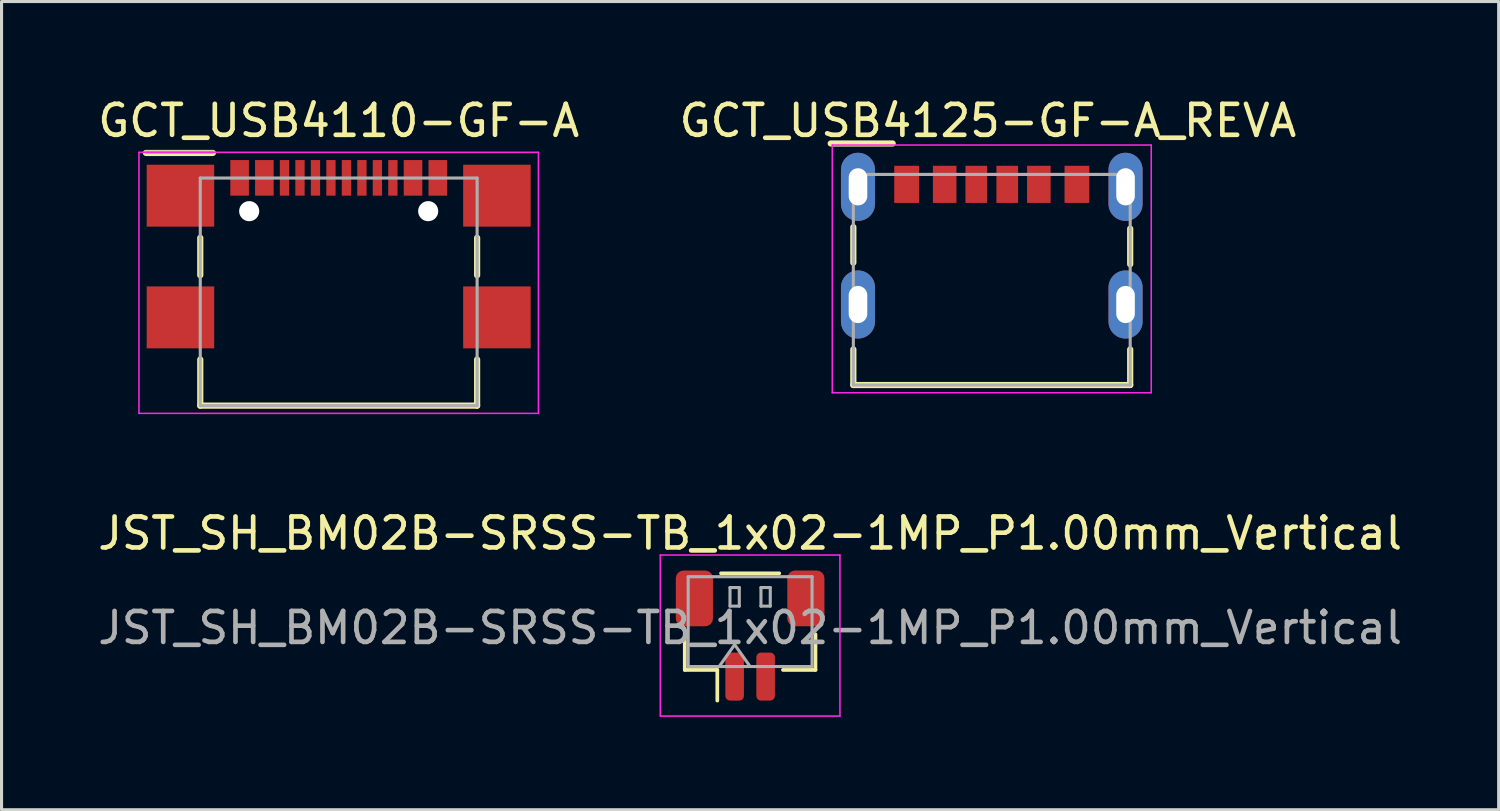
<source format=kicad_pcb>
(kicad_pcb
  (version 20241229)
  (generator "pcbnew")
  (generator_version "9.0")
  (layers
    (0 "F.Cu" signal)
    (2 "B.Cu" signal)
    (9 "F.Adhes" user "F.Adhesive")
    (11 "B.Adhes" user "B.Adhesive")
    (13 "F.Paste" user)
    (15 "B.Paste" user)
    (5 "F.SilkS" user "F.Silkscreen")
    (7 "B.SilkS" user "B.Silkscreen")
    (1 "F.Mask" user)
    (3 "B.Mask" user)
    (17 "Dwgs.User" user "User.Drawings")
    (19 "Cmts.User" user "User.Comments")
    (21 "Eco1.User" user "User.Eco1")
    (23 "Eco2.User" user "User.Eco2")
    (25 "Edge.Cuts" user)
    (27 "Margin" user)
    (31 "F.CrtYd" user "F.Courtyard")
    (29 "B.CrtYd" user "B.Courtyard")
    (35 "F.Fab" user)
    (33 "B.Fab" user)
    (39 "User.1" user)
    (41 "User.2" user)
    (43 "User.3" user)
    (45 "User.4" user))
  (footprint "GCT_USB4110-GF-A"
    (layer "F.Cu")
    (at 7.887 6.209)
    (property "Reference" "GCT_USB4110-GF-A" (at 0 -5.361 0) (layer "F.SilkS") (effects (font (size 1 1) (thickness 0.15))))
    (attr smd)
    (fp_line (start -6.223 -4.32) (end -4.064 -4.32) (stroke (width 0.2) (type solid)) (layer "F.SilkS"))
    (fp_line (start -4.47 -1.58) (end -4.47 -0.37) (stroke (width 0.2) (type solid)) (layer "F.SilkS"))
    (fp_line (start -4.47 2.35) (end -4.47 3.84) (stroke (width 0.2) (type solid)) (layer "F.SilkS"))
    (fp_line (start -4.47 3.84) (end 4.47 3.84) (stroke (width 0.2) (type solid)) (layer "F.SilkS"))
    (fp_line (start 4.47 -1.58) (end 4.47 -0.37) (stroke (width 0.2) (type solid)) (layer "F.SilkS"))
    (fp_line (start 4.47 3.84) (end 4.47 2.35) (stroke (width 0.2) (type solid)) (layer "F.SilkS"))
    (fp_line (start -6.45 -4.34) (end 6.45 -4.34) (stroke (width 0.05) (type solid)) (layer "F.CrtYd"))
    (fp_line (start -6.45 4.09) (end -6.45 -4.34) (stroke (width 0.05) (type solid)) (layer "F.CrtYd"))
    (fp_line (start 6.45 -4.34) (end 6.45 4.09) (stroke (width 0.05) (type solid)) (layer "F.CrtYd"))
    (fp_line (start 6.45 4.09) (end -6.45 4.09) (stroke (width 0.05) (type solid)) (layer "F.CrtYd"))
    (fp_line (start -6.223 -4.345) (end -4.064 -4.345) (stroke (width 0.1) (type solid)) (layer "F.Fab"))
    (fp_line (start -4.47 -3.51) (end -4.47 3.84) (stroke (width 0.1) (type solid)) (layer "F.Fab"))
    (fp_line (start -4.47 3.84) (end 4.47 3.84) (stroke (width 0.1) (type solid)) (layer "F.Fab"))
    (fp_line (start 4.47 -3.51) (end -4.47 -3.51) (stroke (width 0.1) (type solid)) (layer "F.Fab"))
    (fp_line (start 4.47 3.84) (end 4.47 -3.51) (stroke (width 0.1) (type solid)) (layer "F.Fab"))
    (pad "" np_thru_hole circle (at -2.89 -2.44) (size 0.65 0.65) (drill 0.65) (layers "*.Cu" "*.Mask"))
    (pad "" np_thru_hole circle (at 2.89 -2.44) (size 0.65 0.65) (drill 0.65) (layers "*.Cu" "*.Mask"))
    (pad "A1/B12" smd rect (at -3.2 -3.515) (size 0.6 1.15) (layers "F.Cu" "F.Mask" "F.Paste"))
    (pad "A4/B9" smd rect (at -2.4 -3.515) (size 0.6 1.15) (layers "F.Cu" "F.Mask" "F.Paste"))
    (pad "A5" smd rect (at -1.25 -3.515) (size 0.3 1.15) (layers "F.Cu" "F.Mask" "F.Paste"))
    (pad "A6" smd rect (at -0.25 -3.515) (size 0.3 1.15) (layers "F.Cu" "F.Mask" "F.Paste"))
    (pad "A7" smd rect (at 0.25 -3.515) (size 0.3 1.15) (layers "F.Cu" "F.Mask" "F.Paste"))
    (pad "A8" smd rect (at 1.25 -3.515) (size 0.3 1.15) (layers "F.Cu" "F.Mask" "F.Paste"))
    (pad "B1/A12" smd rect (at 3.2 -3.515) (size 0.6 1.15) (layers "F.Cu" "F.Mask" "F.Paste"))
    (pad "B4/A9" smd rect (at 2.4 -3.515) (size 0.6 1.15) (layers "F.Cu" "F.Mask" "F.Paste"))
    (pad "B5" smd rect (at 1.75 -3.515) (size 0.3 1.15) (layers "F.Cu" "F.Mask" "F.Paste"))
    (pad "B6" smd rect (at 0.75 -3.515) (size 0.3 1.15) (layers "F.Cu" "F.Mask" "F.Paste"))
    (pad "B7" smd rect (at -0.75 -3.515) (size 0.3 1.15) (layers "F.Cu" "F.Mask" "F.Paste"))
    (pad "B8" smd rect (at -1.75 -3.515) (size 0.3 1.15) (layers "F.Cu" "F.Mask" "F.Paste"))
    (pad "S1" smd rect (at -5.11 -2.94) (size 2.18 2) (layers "F.Cu" "F.Mask" "F.Paste"))
    (pad "S2" smd rect (at 5.11 -2.94) (size 2.18 2) (layers "F.Cu" "F.Mask" "F.Paste"))
    (pad "S3" smd rect (at -5.11 0.99) (size 2.18 2) (layers "F.Cu" "F.Mask" "F.Paste"))
    (pad "S4" smd rect (at 5.11 0.99) (size 2.18 2) (layers "F.Cu" "F.Mask" "F.Paste")))
  (footprint "JST_SH_BM02B-SRSS-TB_1x02-1MP_P1.00mm_Vertical"
    (layer "F.Cu")
    (at 21.173 17.473)
    (property "Reference" "JST_SH_BM02B-SRSS-TB_1x02-1MP_P1.00mm_Vertical" (at 0 -3.3 0) (layer "F.SilkS") (effects (font (size 1 1) (thickness 0.15))))
    (attr smd)
    (fp_line (start -2.11 -0.04) (end -2.11 1.11) (stroke (width 0.12) (type solid)) (layer "F.SilkS"))
    (fp_line (start -2.11 1.11) (end -1.06 1.11) (stroke (width 0.12) (type solid)) (layer "F.SilkS"))
    (fp_line (start -1.06 1.11) (end -1.06 2.1) (stroke (width 0.12) (type solid)) (layer "F.SilkS"))
    (fp_line (start -0.94 -2.01) (end 0.94 -2.01) (stroke (width 0.12) (type solid)) (layer "F.SilkS"))
    (fp_line (start 2.11 -0.04) (end 2.11 1.11) (stroke (width 0.12) (type solid)) (layer "F.SilkS"))
    (fp_line (start 2.11 1.11) (end 1.06 1.11) (stroke (width 0.12) (type solid)) (layer "F.SilkS"))
    (fp_line (start -2.9 -2.6) (end -2.9 2.6) (stroke (width 0.05) (type solid)) (layer "F.CrtYd"))
    (fp_line (start -2.9 2.6) (end 2.9 2.6) (stroke (width 0.05) (type solid)) (layer "F.CrtYd"))
    (fp_line (start 2.9 -2.6) (end -2.9 -2.6) (stroke (width 0.05) (type solid)) (layer "F.CrtYd"))
    (fp_line (start 2.9 2.6) (end 2.9 -2.6) (stroke (width 0.05) (type solid)) (layer "F.CrtYd"))
    (fp_line (start -2 -1.9) (end 2 -1.9) (stroke (width 0.1) (type solid)) (layer "F.Fab"))
    (fp_line (start -2 1) (end -2 -1.9) (stroke (width 0.1) (type solid)) (layer "F.Fab"))
    (fp_line (start -2 1) (end 2 1) (stroke (width 0.1) (type solid)) (layer "F.Fab"))
    (fp_line (start -1 1) (end -0.5 0.293) (stroke (width 0.1) (type solid)) (layer "F.Fab"))
    (fp_line (start -0.65 -1.55) (end -0.65 -0.95) (stroke (width 0.1) (type solid)) (layer "F.Fab"))
    (fp_line (start -0.65 -0.95) (end -0.35 -0.95) (stroke (width 0.1) (type solid)) (layer "F.Fab"))
    (fp_line (start -0.5 0.293) (end 0 1) (stroke (width 0.1) (type solid)) (layer "F.Fab"))
    (fp_line (start -0.35 -1.55) (end -0.65 -1.55) (stroke (width 0.1) (type solid)) (layer "F.Fab"))
    (fp_line (start -0.35 -0.95) (end -0.35 -1.55) (stroke (width 0.1) (type solid)) (layer "F.Fab"))
    (fp_line (start 0.35 -1.55) (end 0.35 -0.95) (stroke (width 0.1) (type solid)) (layer "F.Fab"))
    (fp_line (start 0.35 -0.95) (end 0.65 -0.95) (stroke (width 0.1) (type solid)) (layer "F.Fab"))
    (fp_line (start 0.65 -1.55) (end 0.35 -1.55) (stroke (width 0.1) (type solid)) (layer "F.Fab"))
    (fp_line (start 0.65 -0.95) (end 0.65 -1.55) (stroke (width 0.1) (type solid)) (layer "F.Fab"))
    (fp_line (start 2 1) (end 2 -1.9) (stroke (width 0.1) (type solid)) (layer "F.Fab"))
    (fp_text user "${REFERENCE}" (at 0 -0.25 0) (layer "F.Fab") (effects (font (size 1 1) (thickness 0.15))))
    (pad "1" smd roundrect (at -0.5 1.325) (size 0.6 1.55) (layers "F.Cu" "F.Mask" "F.Paste") (roundrect_rratio 0.25))
    (pad "2" smd roundrect (at 0.5 1.325) (size 0.6 1.55) (layers "F.Cu" "F.Mask" "F.Paste") (roundrect_rratio 0.25))
    (pad "MP" smd roundrect (at -1.8 -1.2) (size 1.2 1.8) (layers "F.Cu" "F.Mask" "F.Paste") (roundrect_rratio 0.208))
    (pad "MP" smd roundrect (at 1.8 -1.2) (size 1.2 1.8) (layers "F.Cu" "F.Mask" "F.Paste") (roundrect_rratio 0.208)))
  (footprint "GCT_USB4125-GF-A_REVA"
    (layer "F.Cu")
    (at 28.976 2.983)
    (property "Reference" "GCT_USB4125-GF-A_REVA" (at -0.125 -2.135 0) (layer "F.SilkS") (effects (font (size 1 1) (thickness 0.15))))
    (attr through_hole)
    (fp_line (start -5.2 -1.4) (end -3.2 -1.4) (stroke (width 0.2) (type solid)) (layer "F.SilkS"))
    (fp_line (start -4.47 1.3) (end -4.47 2.45) (stroke (width 0.2) (type solid)) (layer "F.SilkS"))
    (fp_line (start -4.47 5.25) (end -4.47 6.4) (stroke (width 0.2) (type solid)) (layer "F.SilkS"))
    (fp_line (start -4.47 6.4) (end 4.47 6.4) (stroke (width 0.2) (type solid)) (layer "F.SilkS"))
    (fp_line (start 4.47 1.35) (end 4.47 2.5) (stroke (width 0.2) (type solid)) (layer "F.SilkS"))
    (fp_line (start 4.47 6.4) (end 4.47 5.25) (stroke (width 0.2) (type solid)) (layer "F.SilkS"))
    (fp_line (start -5.15 -1.35) (end 5.15 -1.35) (stroke (width 0.05) (type solid)) (layer "F.CrtYd"))
    (fp_line (start -5.15 6.65) (end -5.15 -1.35) (stroke (width 0.05) (type solid)) (layer "F.CrtYd"))
    (fp_line (start 5.15 -1.35) (end 5.15 6.65) (stroke (width 0.05) (type solid)) (layer "F.CrtYd"))
    (fp_line (start 5.15 6.65) (end -5.15 6.65) (stroke (width 0.05) (type solid)) (layer "F.CrtYd"))
    (fp_line (start -4.47 -0.4) (end 4.47 -0.4) (stroke (width 0.1) (type solid)) (layer "F.Fab"))
    (fp_line (start -4.47 6.4) (end -4.47 -0.4) (stroke (width 0.1) (type solid)) (layer "F.Fab"))
    (fp_line (start 4.47 -0.4) (end 4.47 6.4) (stroke (width 0.1) (type solid)) (layer "F.Fab"))
    (fp_line (start 4.47 6.4) (end -4.47 6.4) (stroke (width 0.1) (type solid)) (layer "F.Fab"))
    (pad "A5" smd rect (at -0.5 -0.08) (size 0.7 1.2) (layers "F.Cu" "F.Mask" "F.Paste"))
    (pad "A9" smd rect (at 1.52 -0.08) (size 0.76 1.2) (layers "F.Cu" "F.Mask" "F.Paste"))
    (pad "A12" smd rect (at 2.75 -0.08) (size 0.8 1.2) (layers "F.Cu" "F.Mask" "F.Paste"))
    (pad "B5" smd rect (at 0.5 -0.08) (size 0.7 1.2) (layers "F.Cu" "F.Mask" "F.Paste"))
    (pad "B9" smd rect (at -1.52 -0.08) (size 0.76 1.2) (layers "F.Cu" "F.Mask" "F.Paste"))
    (pad "B12" smd rect (at -2.75 -0.08) (size 0.8 1.2) (layers "F.Cu" "F.Mask" "F.Paste"))
    (pad "S1" thru_hole oval (at -4.32 0) (size 1.1 2.2) (drill oval 0.6 1.2) (layers "*.Cu" "*.Mask"))
    (pad "S2" thru_hole oval (at 4.32 0) (size 1.1 2.2) (drill oval 0.6 1.2) (layers "*.Cu" "*.Mask"))
    (pad "S3" thru_hole oval (at -4.32 3.8) (size 1.1 2.2) (drill oval 0.6 1.2) (layers "*.Cu" "*.Mask"))
    (pad "S4" thru_hole oval (at 4.32 3.8) (size 1.1 2.2) (drill oval 0.6 1.2) (layers "*.Cu" "*.Mask")))
  (gr_rect
    (start -3 -3)
    (end 45.345 23.098)
    (stroke (width 0.1) (type default))
    (fill no)
    (layer "Edge.Cuts")))
</source>
